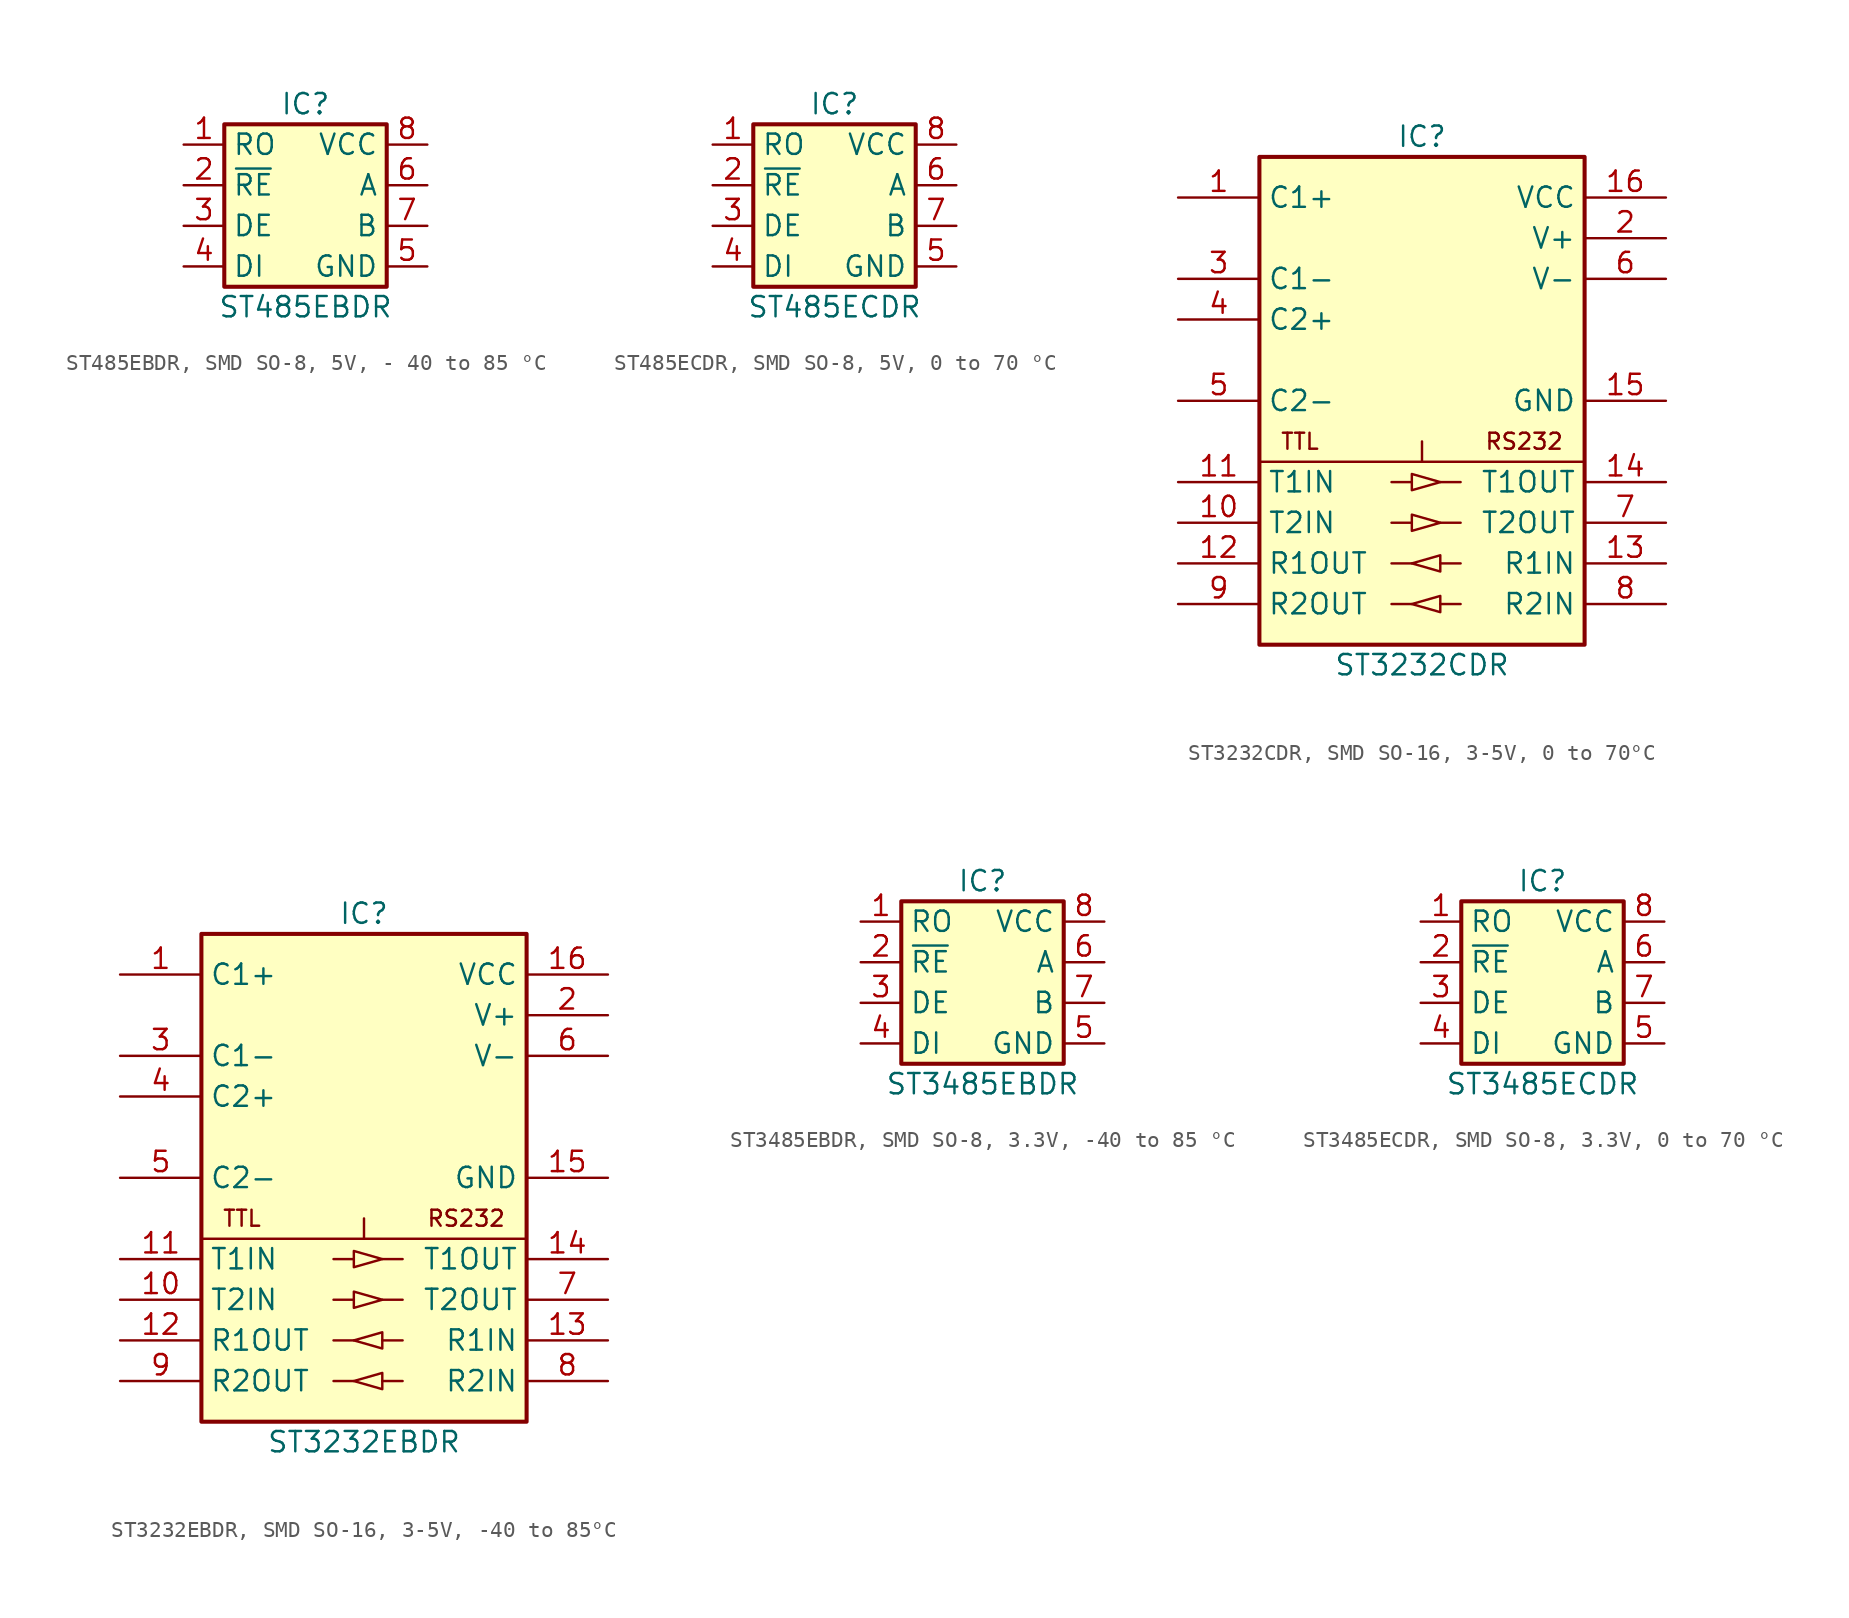
<source format=kicad_sym>
(kicad_symbol_lib
  (version 20241209)
  (generator "kicad_symbol_editor")
  (generator_version "9.0")
  (symbol "ST485EBDR, SMD SO-8, 5V, - 40 to 85 °C"
    (property "Reference" "IC"
      (at 0 6.35 0)
      (effects (font (size 1.27 1.27))))
    (property "Value" "ST485EBDR"
      (at 0 -6.35 0)
      (effects (font (size 1.27 1.27))))
    (symbol "ST485EBDR, SMD SO-8, 5V, - 40 to 85 °C_0_1"
      (rectangle (start -5.08 5.08) (end 5.08 -5.08) (stroke (width 0.254) (type default)) (fill (type background))))
    (symbol "ST485EBDR, SMD SO-8, 5V, - 40 to 85 °C_1_1"
      (pin passive line (at -7.62 3.81 0) (length 2.54) (name "RO" (effects (font (size 1.27 1.27)))) (number "1" (effects (font (size 1.27 1.27)))))
      (pin passive line (at -7.62 1.27 0) (length 2.54) (name "~{RE}" (effects (font (size 1.27 1.27)))) (number "2" (effects (font (size 1.27 1.27)))))
      (pin passive line (at -7.62 -1.27 0) (length 2.54) (name "DE" (effects (font (size 1.27 1.27)))) (number "3" (effects (font (size 1.27 1.27)))))
      (pin passive line (at -7.62 -3.81 0) (length 2.54) (name "DI" (effects (font (size 1.27 1.27)))) (number "4" (effects (font (size 1.27 1.27)))))
      (pin power_in line (at 7.62 3.81 180) (length 2.54) (name "VCC" (effects (font (size 1.27 1.27)))) (number "8" (effects (font (size 1.27 1.27)))))
      (pin passive line (at 7.62 1.27 180) (length 2.54) (name "A" (effects (font (size 1.27 1.27)))) (number "6" (effects (font (size 1.27 1.27)))))
      (pin passive line (at 7.62 -1.27 180) (length 2.54) (name "B" (effects (font (size 1.27 1.27)))) (number "7" (effects (font (size 1.27 1.27)))))
      (pin power_in line (at 7.62 -3.81 180) (length 2.54) (name "GND" (effects (font (size 1.27 1.27)))) (number "5" (effects (font (size 1.27 1.27)))))))
  (symbol "ST485ECDR, SMD SO-8, 5V, 0 to 70 °C"
    (property "Reference" "IC"
      (at 0 6.35 0)
      (effects (font (size 1.27 1.27))))
    (property "Value" "ST485ECDR"
      (at 0 -6.35 0)
      (effects (font (size 1.27 1.27))))
    (symbol "ST485ECDR, SMD SO-8, 5V, 0 to 70 °C_0_1"
      (rectangle (start -5.08 5.08) (end 5.08 -5.08) (stroke (width 0.254) (type default)) (fill (type background))))
    (symbol "ST485ECDR, SMD SO-8, 5V, 0 to 70 °C_1_1"
      (pin passive line (at -7.62 3.81 0) (length 2.54) (name "RO" (effects (font (size 1.27 1.27)))) (number "1" (effects (font (size 1.27 1.27)))))
      (pin passive line (at -7.62 1.27 0) (length 2.54) (name "~{RE}" (effects (font (size 1.27 1.27)))) (number "2" (effects (font (size 1.27 1.27)))))
      (pin passive line (at -7.62 -1.27 0) (length 2.54) (name "DE" (effects (font (size 1.27 1.27)))) (number "3" (effects (font (size 1.27 1.27)))))
      (pin passive line (at -7.62 -3.81 0) (length 2.54) (name "DI" (effects (font (size 1.27 1.27)))) (number "4" (effects (font (size 1.27 1.27)))))
      (pin power_in line (at 7.62 3.81 180) (length 2.54) (name "VCC" (effects (font (size 1.27 1.27)))) (number "8" (effects (font (size 1.27 1.27)))))
      (pin passive line (at 7.62 1.27 180) (length 2.54) (name "A" (effects (font (size 1.27 1.27)))) (number "6" (effects (font (size 1.27 1.27)))))
      (pin passive line (at 7.62 -1.27 180) (length 2.54) (name "B" (effects (font (size 1.27 1.27)))) (number "7" (effects (font (size 1.27 1.27)))))
      (pin power_in line (at 7.62 -3.81 180) (length 2.54) (name "GND" (effects (font (size 1.27 1.27)))) (number "5" (effects (font (size 1.27 1.27)))))))
  (symbol "ST3232CDR, SMD SO-16, 3-5V, 0 to 70°C"
    (property "Reference" "IC"
      (at 0 16.51 0)
      (effects (font (size 1.27 1.27))))
    (property "Value" "ST3232CDR"
      (at 0 -16.51 0)
      (effects (font (size 1.27 1.27))))
    (symbol "ST3232CDR, SMD SO-16, 3-5V, 0 to 70°C_0_1"
      (rectangle (start -10.16 15.24) (end 10.16 -15.24) (stroke (width 0.254) (type default)) (fill (type background)))
      (polyline (pts (xy -1.905 -5.08) (xy -0.635 -5.08)) (stroke (width 0) (type default)) (fill (type none)))
      (polyline (pts (xy -1.905 -7.62) (xy -0.635 -7.62)) (stroke (width 0) (type default)) (fill (type none)))
      (polyline (pts (xy -0.635 -5.08) (xy -0.635 -4.572) (xy 1.143 -5.08) (xy -0.635 -5.588) (xy -0.635 -5.08)) (stroke (width 0) (type default)) (fill (type none)))
      (polyline (pts (xy -0.635 -7.62) (xy -0.635 -7.112) (xy 1.143 -7.62) (xy -0.635 -8.128) (xy -0.635 -7.62)) (stroke (width 0) (type default)) (fill (type none)))
      (polyline (pts (xy -0.635 -10.16) (xy -1.905 -10.16)) (stroke (width 0) (type default)) (fill (type none)))
      (polyline (pts (xy -0.635 -12.7) (xy -1.905 -12.7)) (stroke (width 0) (type default)) (fill (type none)))
      (polyline (pts (xy 1.143 -5.08) (xy 2.413 -5.08)) (stroke (width 0) (type default)) (fill (type none)))
      (polyline (pts (xy 1.143 -7.62) (xy 2.413 -7.62)) (stroke (width 0) (type default)) (fill (type none)))
      (polyline (pts (xy 1.143 -10.16) (xy 1.143 -9.652) (xy -0.635 -10.16) (xy 1.143 -10.668) (xy 1.143 -10.16)) (stroke (width 0) (type default)) (fill (type none)))
      (polyline (pts (xy 1.143 -12.7) (xy 1.143 -12.192) (xy -0.635 -12.7) (xy 1.143 -13.208) (xy 1.143 -12.7)) (stroke (width 0) (type default)) (fill (type none)))
      (polyline (pts (xy 2.413 -10.16) (xy 1.143 -10.16)) (stroke (width 0) (type default)) (fill (type none)))
      (polyline (pts (xy 2.413 -12.7) (xy 1.143 -12.7)) (stroke (width 0) (type default)) (fill (type none))))
    (symbol "ST3232CDR, SMD SO-16, 3-5V, 0 to 70°C_1_1"
      (polyline (pts (xy -10.16 -3.81) (xy 10.16 -3.81)) (stroke (width 0) (type default)) (fill (type none)))
      (polyline (pts (xy 0 -2.54) (xy 0 -3.81)) (stroke (width 0) (type default)) (fill (type none)))
      (text "TTL" (at -8.89 -2.54 0) (effects (font (size 1 1)) (justify left)))
      (text "RS232" (at 8.89 -2.54 0) (effects (font (size 1 1)) (justify right)))
      (pin passive line (at -15.24 12.7 0) (length 5.08) (name "C1+" (effects (font (size 1.27 1.27)))) (number "1" (effects (font (size 1.27 1.27)))))
      (pin passive line (at -15.24 7.62 0) (length 5.08) (name "C1-" (effects (font (size 1.27 1.27)))) (number "3" (effects (font (size 1.27 1.27)))))
      (pin passive line (at -15.24 5.08 0) (length 5.08) (name "C2+" (effects (font (size 1.27 1.27)))) (number "4" (effects (font (size 1.27 1.27)))))
      (pin passive line (at -15.24 0 0) (length 5.08) (name "C2-" (effects (font (size 1.27 1.27)))) (number "5" (effects (font (size 1.27 1.27)))))
      (pin input line (at -15.24 -5.08 0) (length 5.08) (name "T1IN" (effects (font (size 1.27 1.27)))) (number "11" (effects (font (size 1.27 1.27)))))
      (pin input line (at -15.24 -7.62 0) (length 5.08) (name "T2IN" (effects (font (size 1.27 1.27)))) (number "10" (effects (font (size 1.27 1.27)))))
      (pin output line (at -15.24 -10.16 0) (length 5.08) (name "R1OUT" (effects (font (size 1.27 1.27)))) (number "12" (effects (font (size 1.27 1.27)))))
      (pin output line (at -15.24 -12.7 0) (length 5.08) (name "R2OUT" (effects (font (size 1.27 1.27)))) (number "9" (effects (font (size 1.27 1.27)))))
      (pin power_in line (at 15.24 12.7 180) (length 5.08) (name "VCC" (effects (font (size 1.27 1.27)))) (number "16" (effects (font (size 1.27 1.27)))))
      (pin passive line (at 15.24 10.16 180) (length 5.08) (name "V+" (effects (font (size 1.27 1.27)))) (number "2" (effects (font (size 1.27 1.27)))))
      (pin passive line (at 15.24 7.62 180) (length 5.08) (name "V-" (effects (font (size 1.27 1.27)))) (number "6" (effects (font (size 1.27 1.27)))))
      (pin power_in line (at 15.24 0 180) (length 5.08) (name "GND" (effects (font (size 1.27 1.27)))) (number "15" (effects (font (size 1.27 1.27)))))
      (pin passive line (at 15.24 -5.08 180) (length 5.08) (name "T1OUT" (effects (font (size 1.27 1.27)))) (number "14" (effects (font (size 1.27 1.27)))))
      (pin passive line (at 15.24 -7.62 180) (length 5.08) (name "T2OUT" (effects (font (size 1.27 1.27)))) (number "7" (effects (font (size 1.27 1.27)))))
      (pin passive line (at 15.24 -10.16 180) (length 5.08) (name "R1IN" (effects (font (size 1.27 1.27)))) (number "13" (effects (font (size 1.27 1.27)))))
      (pin passive line (at 15.24 -12.7 180) (length 5.08) (name "R2IN" (effects (font (size 1.27 1.27)))) (number "8" (effects (font (size 1.27 1.27)))))))
  (symbol "ST3232EBDR, SMD SO-16, 3-5V, -40 to 85°C"
    (property "Reference" "IC"
      (at 0 16.51 0)
      (effects (font (size 1.27 1.27))))
    (property "Value" "ST3232EBDR"
      (at 0 -16.51 0)
      (effects (font (size 1.27 1.27))))
    (symbol "ST3232EBDR, SMD SO-16, 3-5V, -40 to 85°C_0_1"
      (rectangle (start -10.16 15.24) (end 10.16 -15.24) (stroke (width 0.254) (type default)) (fill (type background)))
      (polyline (pts (xy -1.905 -5.08) (xy -0.635 -5.08)) (stroke (width 0) (type default)) (fill (type none)))
      (polyline (pts (xy -1.905 -7.62) (xy -0.635 -7.62)) (stroke (width 0) (type default)) (fill (type none)))
      (polyline (pts (xy -0.635 -5.08) (xy -0.635 -4.572) (xy 1.143 -5.08) (xy -0.635 -5.588) (xy -0.635 -5.08)) (stroke (width 0) (type default)) (fill (type none)))
      (polyline (pts (xy -0.635 -7.62) (xy -0.635 -7.112) (xy 1.143 -7.62) (xy -0.635 -8.128) (xy -0.635 -7.62)) (stroke (width 0) (type default)) (fill (type none)))
      (polyline (pts (xy -0.635 -10.16) (xy -1.905 -10.16)) (stroke (width 0) (type default)) (fill (type none)))
      (polyline (pts (xy -0.635 -12.7) (xy -1.905 -12.7)) (stroke (width 0) (type default)) (fill (type none)))
      (polyline (pts (xy 1.143 -5.08) (xy 2.413 -5.08)) (stroke (width 0) (type default)) (fill (type none)))
      (polyline (pts (xy 1.143 -7.62) (xy 2.413 -7.62)) (stroke (width 0) (type default)) (fill (type none)))
      (polyline (pts (xy 1.143 -10.16) (xy 1.143 -9.652) (xy -0.635 -10.16) (xy 1.143 -10.668) (xy 1.143 -10.16)) (stroke (width 0) (type default)) (fill (type none)))
      (polyline (pts (xy 1.143 -12.7) (xy 1.143 -12.192) (xy -0.635 -12.7) (xy 1.143 -13.208) (xy 1.143 -12.7)) (stroke (width 0) (type default)) (fill (type none)))
      (polyline (pts (xy 2.413 -10.16) (xy 1.143 -10.16)) (stroke (width 0) (type default)) (fill (type none)))
      (polyline (pts (xy 2.413 -12.7) (xy 1.143 -12.7)) (stroke (width 0) (type default)) (fill (type none))))
    (symbol "ST3232EBDR, SMD SO-16, 3-5V, -40 to 85°C_1_1"
      (polyline (pts (xy -10.16 -3.81) (xy 10.16 -3.81)) (stroke (width 0) (type default)) (fill (type none)))
      (polyline (pts (xy 0 -2.54) (xy 0 -3.81)) (stroke (width 0) (type default)) (fill (type none)))
      (text "TTL" (at -8.89 -2.54 0) (effects (font (size 1 1)) (justify left)))
      (text "RS232" (at 8.89 -2.54 0) (effects (font (size 1 1)) (justify right)))
      (pin passive line (at -15.24 12.7 0) (length 5.08) (name "C1+" (effects (font (size 1.27 1.27)))) (number "1" (effects (font (size 1.27 1.27)))))
      (pin passive line (at -15.24 7.62 0) (length 5.08) (name "C1-" (effects (font (size 1.27 1.27)))) (number "3" (effects (font (size 1.27 1.27)))))
      (pin passive line (at -15.24 5.08 0) (length 5.08) (name "C2+" (effects (font (size 1.27 1.27)))) (number "4" (effects (font (size 1.27 1.27)))))
      (pin passive line (at -15.24 0 0) (length 5.08) (name "C2-" (effects (font (size 1.27 1.27)))) (number "5" (effects (font (size 1.27 1.27)))))
      (pin input line (at -15.24 -5.08 0) (length 5.08) (name "T1IN" (effects (font (size 1.27 1.27)))) (number "11" (effects (font (size 1.27 1.27)))))
      (pin input line (at -15.24 -7.62 0) (length 5.08) (name "T2IN" (effects (font (size 1.27 1.27)))) (number "10" (effects (font (size 1.27 1.27)))))
      (pin output line (at -15.24 -10.16 0) (length 5.08) (name "R1OUT" (effects (font (size 1.27 1.27)))) (number "12" (effects (font (size 1.27 1.27)))))
      (pin output line (at -15.24 -12.7 0) (length 5.08) (name "R2OUT" (effects (font (size 1.27 1.27)))) (number "9" (effects (font (size 1.27 1.27)))))
      (pin power_in line (at 15.24 12.7 180) (length 5.08) (name "VCC" (effects (font (size 1.27 1.27)))) (number "16" (effects (font (size 1.27 1.27)))))
      (pin passive line (at 15.24 10.16 180) (length 5.08) (name "V+" (effects (font (size 1.27 1.27)))) (number "2" (effects (font (size 1.27 1.27)))))
      (pin passive line (at 15.24 7.62 180) (length 5.08) (name "V-" (effects (font (size 1.27 1.27)))) (number "6" (effects (font (size 1.27 1.27)))))
      (pin power_in line (at 15.24 0 180) (length 5.08) (name "GND" (effects (font (size 1.27 1.27)))) (number "15" (effects (font (size 1.27 1.27)))))
      (pin passive line (at 15.24 -5.08 180) (length 5.08) (name "T1OUT" (effects (font (size 1.27 1.27)))) (number "14" (effects (font (size 1.27 1.27)))))
      (pin passive line (at 15.24 -7.62 180) (length 5.08) (name "T2OUT" (effects (font (size 1.27 1.27)))) (number "7" (effects (font (size 1.27 1.27)))))
      (pin passive line (at 15.24 -10.16 180) (length 5.08) (name "R1IN" (effects (font (size 1.27 1.27)))) (number "13" (effects (font (size 1.27 1.27)))))
      (pin passive line (at 15.24 -12.7 180) (length 5.08) (name "R2IN" (effects (font (size 1.27 1.27)))) (number "8" (effects (font (size 1.27 1.27)))))))
  (symbol "ST3485EBDR, SMD SO-8, 3.3V, -40 to 85 °C"
    (property "Reference" "IC"
      (at 0 6.35 0)
      (effects (font (size 1.27 1.27))))
    (property "Value" "ST3485EBDR"
      (at 0 -6.35 0)
      (effects (font (size 1.27 1.27))))
    (symbol "ST3485EBDR, SMD SO-8, 3.3V, -40 to 85 °C_0_1"
      (rectangle (start -5.08 5.08) (end 5.08 -5.08) (stroke (width 0.254) (type default)) (fill (type background))))
    (symbol "ST3485EBDR, SMD SO-8, 3.3V, -40 to 85 °C_1_1"
      (pin passive line (at -7.62 3.81 0) (length 2.54) (name "RO" (effects (font (size 1.27 1.27)))) (number "1" (effects (font (size 1.27 1.27)))))
      (pin passive line (at -7.62 1.27 0) (length 2.54) (name "~{RE}" (effects (font (size 1.27 1.27)))) (number "2" (effects (font (size 1.27 1.27)))))
      (pin passive line (at -7.62 -1.27 0) (length 2.54) (name "DE" (effects (font (size 1.27 1.27)))) (number "3" (effects (font (size 1.27 1.27)))))
      (pin passive line (at -7.62 -3.81 0) (length 2.54) (name "DI" (effects (font (size 1.27 1.27)))) (number "4" (effects (font (size 1.27 1.27)))))
      (pin power_in line (at 7.62 3.81 180) (length 2.54) (name "VCC" (effects (font (size 1.27 1.27)))) (number "8" (effects (font (size 1.27 1.27)))))
      (pin passive line (at 7.62 1.27 180) (length 2.54) (name "A" (effects (font (size 1.27 1.27)))) (number "6" (effects (font (size 1.27 1.27)))))
      (pin passive line (at 7.62 -1.27 180) (length 2.54) (name "B" (effects (font (size 1.27 1.27)))) (number "7" (effects (font (size 1.27 1.27)))))
      (pin power_in line (at 7.62 -3.81 180) (length 2.54) (name "GND" (effects (font (size 1.27 1.27)))) (number "5" (effects (font (size 1.27 1.27)))))))
  (symbol "ST3485ECDR, SMD SO-8, 3.3V, 0 to 70 °C"
    (property "Reference" "IC"
      (at 0 6.35 0)
      (effects (font (size 1.27 1.27))))
    (property "Value" "ST3485ECDR"
      (at 0 -6.35 0)
      (effects (font (size 1.27 1.27))))
    (symbol "ST3485ECDR, SMD SO-8, 3.3V, 0 to 70 °C_0_1"
      (rectangle (start -5.08 5.08) (end 5.08 -5.08) (stroke (width 0.254) (type default)) (fill (type background))))
    (symbol "ST3485ECDR, SMD SO-8, 3.3V, 0 to 70 °C_1_1"
      (pin passive line (at -7.62 3.81 0) (length 2.54) (name "RO" (effects (font (size 1.27 1.27)))) (number "1" (effects (font (size 1.27 1.27)))))
      (pin passive line (at -7.62 1.27 0) (length 2.54) (name "~{RE}" (effects (font (size 1.27 1.27)))) (number "2" (effects (font (size 1.27 1.27)))))
      (pin passive line (at -7.62 -1.27 0) (length 2.54) (name "DE" (effects (font (size 1.27 1.27)))) (number "3" (effects (font (size 1.27 1.27)))))
      (pin passive line (at -7.62 -3.81 0) (length 2.54) (name "DI" (effects (font (size 1.27 1.27)))) (number "4" (effects (font (size 1.27 1.27)))))
      (pin power_in line (at 7.62 3.81 180) (length 2.54) (name "VCC" (effects (font (size 1.27 1.27)))) (number "8" (effects (font (size 1.27 1.27)))))
      (pin passive line (at 7.62 1.27 180) (length 2.54) (name "A" (effects (font (size 1.27 1.27)))) (number "6" (effects (font (size 1.27 1.27)))))
      (pin passive line (at 7.62 -1.27 180) (length 2.54) (name "B" (effects (font (size 1.27 1.27)))) (number "7" (effects (font (size 1.27 1.27)))))
      (pin power_in line (at 7.62 -3.81 180) (length 2.54) (name "GND" (effects (font (size 1.27 1.27)))) (number "5" (effects (font (size 1.27 1.27))))))))
</source>
